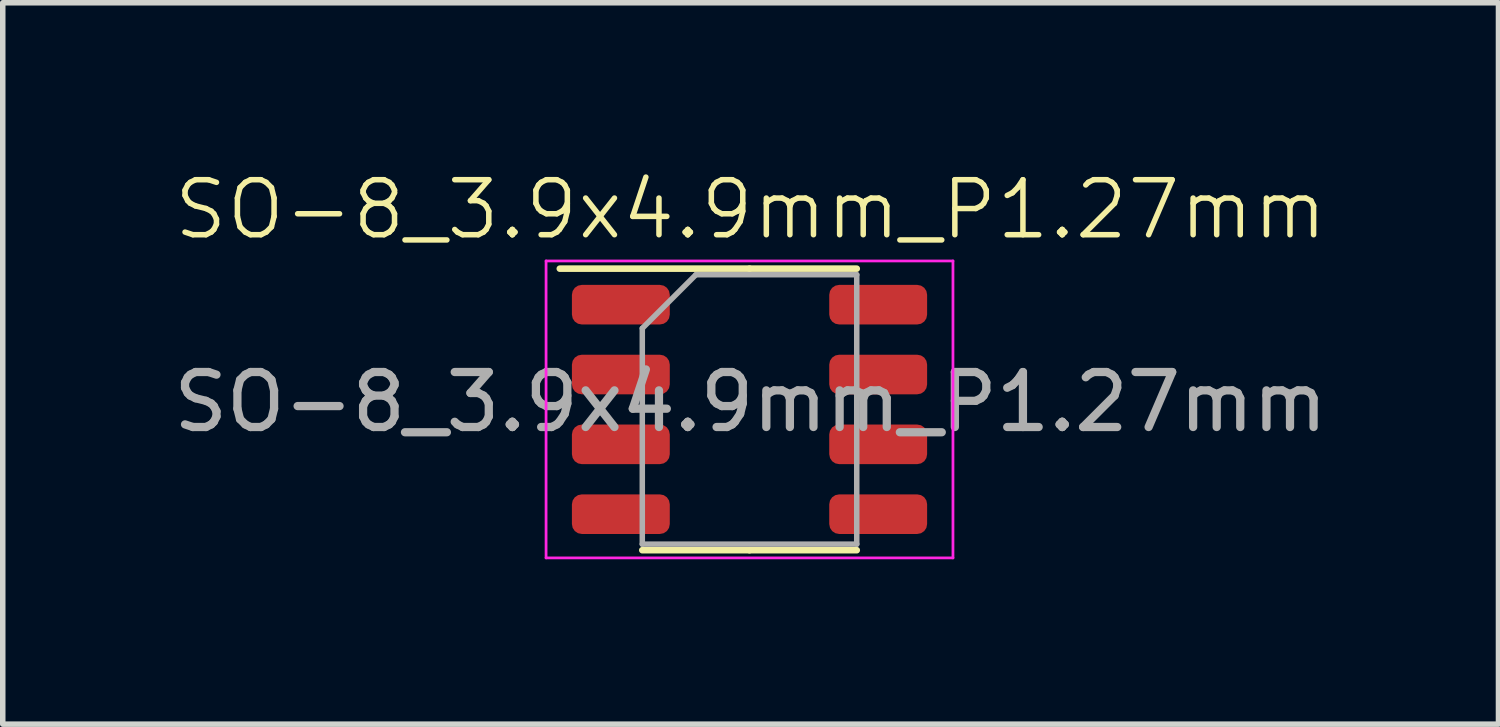
<source format=kicad_pcb>
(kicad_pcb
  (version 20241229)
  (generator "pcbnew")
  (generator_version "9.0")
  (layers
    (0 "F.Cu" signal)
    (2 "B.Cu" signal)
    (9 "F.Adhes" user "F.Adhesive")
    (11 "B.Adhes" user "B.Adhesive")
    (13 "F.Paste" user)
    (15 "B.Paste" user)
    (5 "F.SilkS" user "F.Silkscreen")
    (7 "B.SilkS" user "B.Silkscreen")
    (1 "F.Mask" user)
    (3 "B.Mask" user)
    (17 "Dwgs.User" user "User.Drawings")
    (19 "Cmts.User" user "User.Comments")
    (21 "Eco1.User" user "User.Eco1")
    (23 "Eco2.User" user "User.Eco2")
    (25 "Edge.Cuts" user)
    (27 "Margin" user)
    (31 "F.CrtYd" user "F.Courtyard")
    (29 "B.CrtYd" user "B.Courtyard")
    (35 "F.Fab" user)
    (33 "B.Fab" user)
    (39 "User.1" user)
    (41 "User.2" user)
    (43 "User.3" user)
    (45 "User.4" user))
  (footprint "SO-8_3.9x4.9mm_P1.27mm"
    (layer "F.Cu")
    (at 10.601 4.261)
    (property "Reference" "SO-8_3.9x4.9mm_P1.27mm" (at 0 -3.5 0) (unlocked yes) (layer "F.SilkS") (effects (font (size 1 1) (thickness 0.1))))
    (attr smd)
    (fp_line (start -0.02 -2.425) (end -3.47 -2.425) (stroke (width 0.12) (type solid)) (layer "F.SilkS"))
    (fp_line (start -0.02 -2.425) (end 1.93 -2.425) (stroke (width 0.12) (type solid)) (layer "F.SilkS"))
    (fp_line (start -0.02 2.695) (end -1.97 2.695) (stroke (width 0.12) (type solid)) (layer "F.SilkS"))
    (fp_line (start -0.02 2.695) (end 1.93 2.695) (stroke (width 0.12) (type solid)) (layer "F.SilkS"))
    (fp_line (start -3.72 -2.565) (end -3.72 2.835) (stroke (width 0.05) (type solid)) (layer "F.CrtYd"))
    (fp_line (start -3.72 2.835) (end 3.68 2.835) (stroke (width 0.05) (type solid)) (layer "F.CrtYd"))
    (fp_line (start 3.68 -2.565) (end -3.72 -2.565) (stroke (width 0.05) (type solid)) (layer "F.CrtYd"))
    (fp_line (start 3.68 2.835) (end 3.68 -2.565) (stroke (width 0.05) (type solid)) (layer "F.CrtYd"))
    (fp_line (start -1.97 -1.34) (end -0.995 -2.315) (stroke (width 0.1) (type solid)) (layer "F.Fab"))
    (fp_line (start -1.97 2.585) (end -1.97 -1.34) (stroke (width 0.1) (type solid)) (layer "F.Fab"))
    (fp_line (start -0.995 -2.315) (end 1.93 -2.315) (stroke (width 0.1) (type solid)) (layer "F.Fab"))
    (fp_line (start 1.93 -2.315) (end 1.93 2.585) (stroke (width 0.1) (type solid)) (layer "F.Fab"))
    (fp_line (start 1.93 2.585) (end -1.97 2.585) (stroke (width 0.1) (type solid)) (layer "F.Fab"))
    (fp_text user "${REFERENCE}" (at 0 0 0) (unlocked yes) (layer "F.Fab") (effects (font (size 1 1) (thickness 0.15))))
    (pad "1" smd roundrect (at -2.36 -1.77) (size 1.78 0.72) (layers "F.Cu" "F.Mask" "F.Paste") (roundrect_rratio 0.25))
    (pad "2" smd roundrect (at -2.36 -0.5) (size 1.78 0.72) (layers "F.Cu" "F.Mask" "F.Paste") (roundrect_rratio 0.25))
    (pad "3" smd roundrect (at -2.36 0.77) (size 1.78 0.72) (layers "F.Cu" "F.Mask" "F.Paste") (roundrect_rratio 0.25))
    (pad "4" smd roundrect (at -2.36 2.04) (size 1.78 0.72) (layers "F.Cu" "F.Mask" "F.Paste") (roundrect_rratio 0.25))
    (pad "5" smd roundrect (at 2.32 2.04) (size 1.78 0.72) (layers "F.Cu" "F.Mask" "F.Paste") (roundrect_rratio 0.25))
    (pad "6" smd roundrect (at 2.32 0.77) (size 1.78 0.72) (layers "F.Cu" "F.Mask" "F.Paste") (roundrect_rratio 0.25))
    (pad "7" smd roundrect (at 2.32 -0.5) (size 1.78 0.72) (layers "F.Cu" "F.Mask" "F.Paste") (roundrect_rratio 0.25))
    (pad "8" smd roundrect (at 2.32 -1.77) (size 1.78 0.72) (layers "F.Cu" "F.Mask" "F.Paste") (roundrect_rratio 0.25)))
  (gr_rect
    (start -3 -3)
    (end 24.202 10.12)
    (stroke (width 0.1) (type default))
    (fill no)
    (layer "Edge.Cuts")))
</source>
